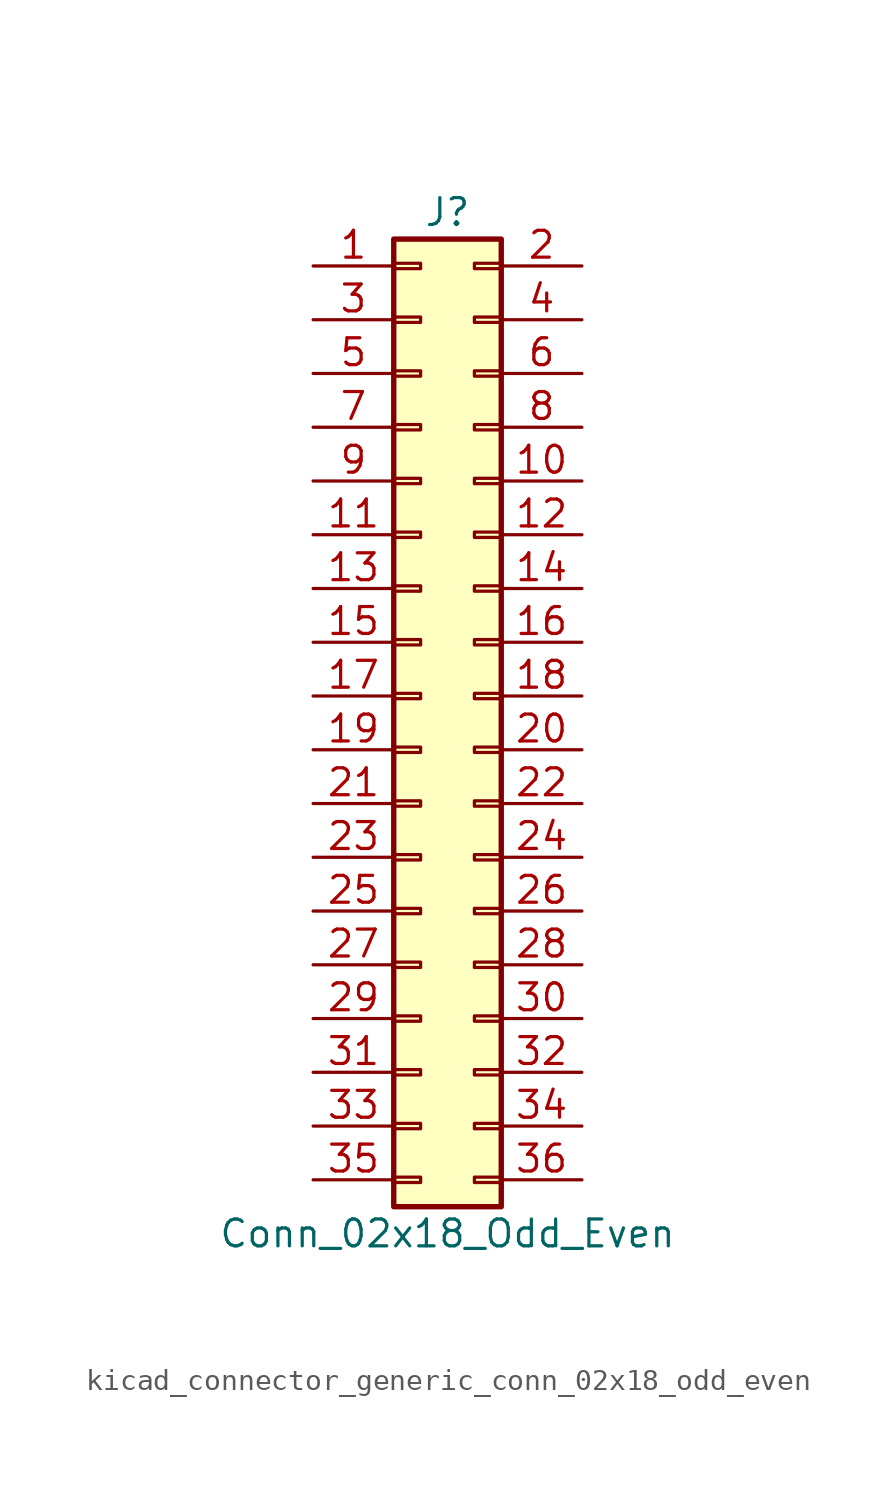
<source format=kicad_sym>
(kicad_symbol_lib
  (version 20220914)
  (generator kicad_symbol_editor)
  (symbol "kicad_connector_generic_conn_02x18_odd_even"
    (pin_names
      (offset 1.016) hide)
    (property "Reference" "J"
      (at 1.27 22.86 0)
      (effects (font (size 1.27 1.27))))
    (property "Value" "Conn_02x18_Odd_Even"
      (at 1.27 -25.4 0)
      (effects (font (size 1.27 1.27))))
    (symbol "kicad_connector_generic_conn_02x18_odd_even_1_1"
      (rectangle (start -1.27 -22.733) (end 0 -22.987) (stroke (width 0.152) (type default)) (fill (type none)))
      (rectangle (start -1.27 -20.193) (end 0 -20.447) (stroke (width 0.152) (type default)) (fill (type none)))
      (rectangle (start -1.27 -17.653) (end 0 -17.907) (stroke (width 0.152) (type default)) (fill (type none)))
      (rectangle (start -1.27 -15.113) (end 0 -15.367) (stroke (width 0.152) (type default)) (fill (type none)))
      (rectangle (start -1.27 -12.573) (end 0 -12.827) (stroke (width 0.152) (type default)) (fill (type none)))
      (rectangle (start -1.27 -10.033) (end 0 -10.287) (stroke (width 0.152) (type default)) (fill (type none)))
      (rectangle (start -1.27 -7.493) (end 0 -7.747) (stroke (width 0.152) (type default)) (fill (type none)))
      (rectangle (start -1.27 -4.953) (end 0 -5.207) (stroke (width 0.152) (type default)) (fill (type none)))
      (rectangle (start -1.27 -2.413) (end 0 -2.667) (stroke (width 0.152) (type default)) (fill (type none)))
      (rectangle (start -1.27 0.127) (end 0 -0.127) (stroke (width 0.152) (type default)) (fill (type none)))
      (rectangle (start -1.27 2.667) (end 0 2.413) (stroke (width 0.152) (type default)) (fill (type none)))
      (rectangle (start -1.27 5.207) (end 0 4.953) (stroke (width 0.152) (type default)) (fill (type none)))
      (rectangle (start -1.27 7.747) (end 0 7.493) (stroke (width 0.152) (type default)) (fill (type none)))
      (rectangle (start -1.27 10.287) (end 0 10.033) (stroke (width 0.152) (type default)) (fill (type none)))
      (rectangle (start -1.27 12.827) (end 0 12.573) (stroke (width 0.152) (type default)) (fill (type none)))
      (rectangle (start -1.27 15.367) (end 0 15.113) (stroke (width 0.152) (type default)) (fill (type none)))
      (rectangle (start -1.27 17.907) (end 0 17.653) (stroke (width 0.152) (type default)) (fill (type none)))
      (rectangle (start -1.27 20.447) (end 0 20.193) (stroke (width 0.152) (type default)) (fill (type none)))
      (rectangle (start -1.27 21.59) (end 3.81 -24.13) (stroke (width 0.254) (type default)) (fill (type background)))
      (rectangle (start 3.81 -22.733) (end 2.54 -22.987) (stroke (width 0.152) (type default)) (fill (type none)))
      (rectangle (start 3.81 -20.193) (end 2.54 -20.447) (stroke (width 0.152) (type default)) (fill (type none)))
      (rectangle (start 3.81 -17.653) (end 2.54 -17.907) (stroke (width 0.152) (type default)) (fill (type none)))
      (rectangle (start 3.81 -15.113) (end 2.54 -15.367) (stroke (width 0.152) (type default)) (fill (type none)))
      (rectangle (start 3.81 -12.573) (end 2.54 -12.827) (stroke (width 0.152) (type default)) (fill (type none)))
      (rectangle (start 3.81 -10.033) (end 2.54 -10.287) (stroke (width 0.152) (type default)) (fill (type none)))
      (rectangle (start 3.81 -7.493) (end 2.54 -7.747) (stroke (width 0.152) (type default)) (fill (type none)))
      (rectangle (start 3.81 -4.953) (end 2.54 -5.207) (stroke (width 0.152) (type default)) (fill (type none)))
      (rectangle (start 3.81 -2.413) (end 2.54 -2.667) (stroke (width 0.152) (type default)) (fill (type none)))
      (rectangle (start 3.81 0.127) (end 2.54 -0.127) (stroke (width 0.152) (type default)) (fill (type none)))
      (rectangle (start 3.81 2.667) (end 2.54 2.413) (stroke (width 0.152) (type default)) (fill (type none)))
      (rectangle (start 3.81 5.207) (end 2.54 4.953) (stroke (width 0.152) (type default)) (fill (type none)))
      (rectangle (start 3.81 7.747) (end 2.54 7.493) (stroke (width 0.152) (type default)) (fill (type none)))
      (rectangle (start 3.81 10.287) (end 2.54 10.033) (stroke (width 0.152) (type default)) (fill (type none)))
      (rectangle (start 3.81 12.827) (end 2.54 12.573) (stroke (width 0.152) (type default)) (fill (type none)))
      (rectangle (start 3.81 15.367) (end 2.54 15.113) (stroke (width 0.152) (type default)) (fill (type none)))
      (rectangle (start 3.81 17.907) (end 2.54 17.653) (stroke (width 0.152) (type default)) (fill (type none)))
      (rectangle (start 3.81 20.447) (end 2.54 20.193) (stroke (width 0.152) (type default)) (fill (type none)))
      (pin passive line (at -5.08 20.32 0) (length 3.81) (name "Pin_1" (effects (font (size 1.27 1.27)))) (number "1" (effects (font (size 1.27 1.27)))))
      (pin passive line (at 7.62 10.16 180) (length 3.81) (name "Pin_10" (effects (font (size 1.27 1.27)))) (number "10" (effects (font (size 1.27 1.27)))))
      (pin passive line (at -5.08 7.62 0) (length 3.81) (name "Pin_11" (effects (font (size 1.27 1.27)))) (number "11" (effects (font (size 1.27 1.27)))))
      (pin passive line (at 7.62 7.62 180) (length 3.81) (name "Pin_12" (effects (font (size 1.27 1.27)))) (number "12" (effects (font (size 1.27 1.27)))))
      (pin passive line (at -5.08 5.08 0) (length 3.81) (name "Pin_13" (effects (font (size 1.27 1.27)))) (number "13" (effects (font (size 1.27 1.27)))))
      (pin passive line (at 7.62 5.08 180) (length 3.81) (name "Pin_14" (effects (font (size 1.27 1.27)))) (number "14" (effects (font (size 1.27 1.27)))))
      (pin passive line (at -5.08 2.54 0) (length 3.81) (name "Pin_15" (effects (font (size 1.27 1.27)))) (number "15" (effects (font (size 1.27 1.27)))))
      (pin passive line (at 7.62 2.54 180) (length 3.81) (name "Pin_16" (effects (font (size 1.27 1.27)))) (number "16" (effects (font (size 1.27 1.27)))))
      (pin passive line (at -5.08 0 0) (length 3.81) (name "Pin_17" (effects (font (size 1.27 1.27)))) (number "17" (effects (font (size 1.27 1.27)))))
      (pin passive line (at 7.62 0 180) (length 3.81) (name "Pin_18" (effects (font (size 1.27 1.27)))) (number "18" (effects (font (size 1.27 1.27)))))
      (pin passive line (at -5.08 -2.54 0) (length 3.81) (name "Pin_19" (effects (font (size 1.27 1.27)))) (number "19" (effects (font (size 1.27 1.27)))))
      (pin passive line (at 7.62 20.32 180) (length 3.81) (name "Pin_2" (effects (font (size 1.27 1.27)))) (number "2" (effects (font (size 1.27 1.27)))))
      (pin passive line (at 7.62 -2.54 180) (length 3.81) (name "Pin_20" (effects (font (size 1.27 1.27)))) (number "20" (effects (font (size 1.27 1.27)))))
      (pin passive line (at -5.08 -5.08 0) (length 3.81) (name "Pin_21" (effects (font (size 1.27 1.27)))) (number "21" (effects (font (size 1.27 1.27)))))
      (pin passive line (at 7.62 -5.08 180) (length 3.81) (name "Pin_22" (effects (font (size 1.27 1.27)))) (number "22" (effects (font (size 1.27 1.27)))))
      (pin passive line (at -5.08 -7.62 0) (length 3.81) (name "Pin_23" (effects (font (size 1.27 1.27)))) (number "23" (effects (font (size 1.27 1.27)))))
      (pin passive line (at 7.62 -7.62 180) (length 3.81) (name "Pin_24" (effects (font (size 1.27 1.27)))) (number "24" (effects (font (size 1.27 1.27)))))
      (pin passive line (at -5.08 -10.16 0) (length 3.81) (name "Pin_25" (effects (font (size 1.27 1.27)))) (number "25" (effects (font (size 1.27 1.27)))))
      (pin passive line (at 7.62 -10.16 180) (length 3.81) (name "Pin_26" (effects (font (size 1.27 1.27)))) (number "26" (effects (font (size 1.27 1.27)))))
      (pin passive line (at -5.08 -12.7 0) (length 3.81) (name "Pin_27" (effects (font (size 1.27 1.27)))) (number "27" (effects (font (size 1.27 1.27)))))
      (pin passive line (at 7.62 -12.7 180) (length 3.81) (name "Pin_28" (effects (font (size 1.27 1.27)))) (number "28" (effects (font (size 1.27 1.27)))))
      (pin passive line (at -5.08 -15.24 0) (length 3.81) (name "Pin_29" (effects (font (size 1.27 1.27)))) (number "29" (effects (font (size 1.27 1.27)))))
      (pin passive line (at -5.08 17.78 0) (length 3.81) (name "Pin_3" (effects (font (size 1.27 1.27)))) (number "3" (effects (font (size 1.27 1.27)))))
      (pin passive line (at 7.62 -15.24 180) (length 3.81) (name "Pin_30" (effects (font (size 1.27 1.27)))) (number "30" (effects (font (size 1.27 1.27)))))
      (pin passive line (at -5.08 -17.78 0) (length 3.81) (name "Pin_31" (effects (font (size 1.27 1.27)))) (number "31" (effects (font (size 1.27 1.27)))))
      (pin passive line (at 7.62 -17.78 180) (length 3.81) (name "Pin_32" (effects (font (size 1.27 1.27)))) (number "32" (effects (font (size 1.27 1.27)))))
      (pin passive line (at -5.08 -20.32 0) (length 3.81) (name "Pin_33" (effects (font (size 1.27 1.27)))) (number "33" (effects (font (size 1.27 1.27)))))
      (pin passive line (at 7.62 -20.32 180) (length 3.81) (name "Pin_34" (effects (font (size 1.27 1.27)))) (number "34" (effects (font (size 1.27 1.27)))))
      (pin passive line (at -5.08 -22.86 0) (length 3.81) (name "Pin_35" (effects (font (size 1.27 1.27)))) (number "35" (effects (font (size 1.27 1.27)))))
      (pin passive line (at 7.62 -22.86 180) (length 3.81) (name "Pin_36" (effects (font (size 1.27 1.27)))) (number "36" (effects (font (size 1.27 1.27)))))
      (pin passive line (at 7.62 17.78 180) (length 3.81) (name "Pin_4" (effects (font (size 1.27 1.27)))) (number "4" (effects (font (size 1.27 1.27)))))
      (pin passive line (at -5.08 15.24 0) (length 3.81) (name "Pin_5" (effects (font (size 1.27 1.27)))) (number "5" (effects (font (size 1.27 1.27)))))
      (pin passive line (at 7.62 15.24 180) (length 3.81) (name "Pin_6" (effects (font (size 1.27 1.27)))) (number "6" (effects (font (size 1.27 1.27)))))
      (pin passive line (at -5.08 12.7 0) (length 3.81) (name "Pin_7" (effects (font (size 1.27 1.27)))) (number "7" (effects (font (size 1.27 1.27)))))
      (pin passive line (at 7.62 12.7 180) (length 3.81) (name "Pin_8" (effects (font (size 1.27 1.27)))) (number "8" (effects (font (size 1.27 1.27)))))
      (pin passive line (at -5.08 10.16 0) (length 3.81) (name "Pin_9" (effects (font (size 1.27 1.27)))) (number "9" (effects (font (size 1.27 1.27))))))))
</source>
